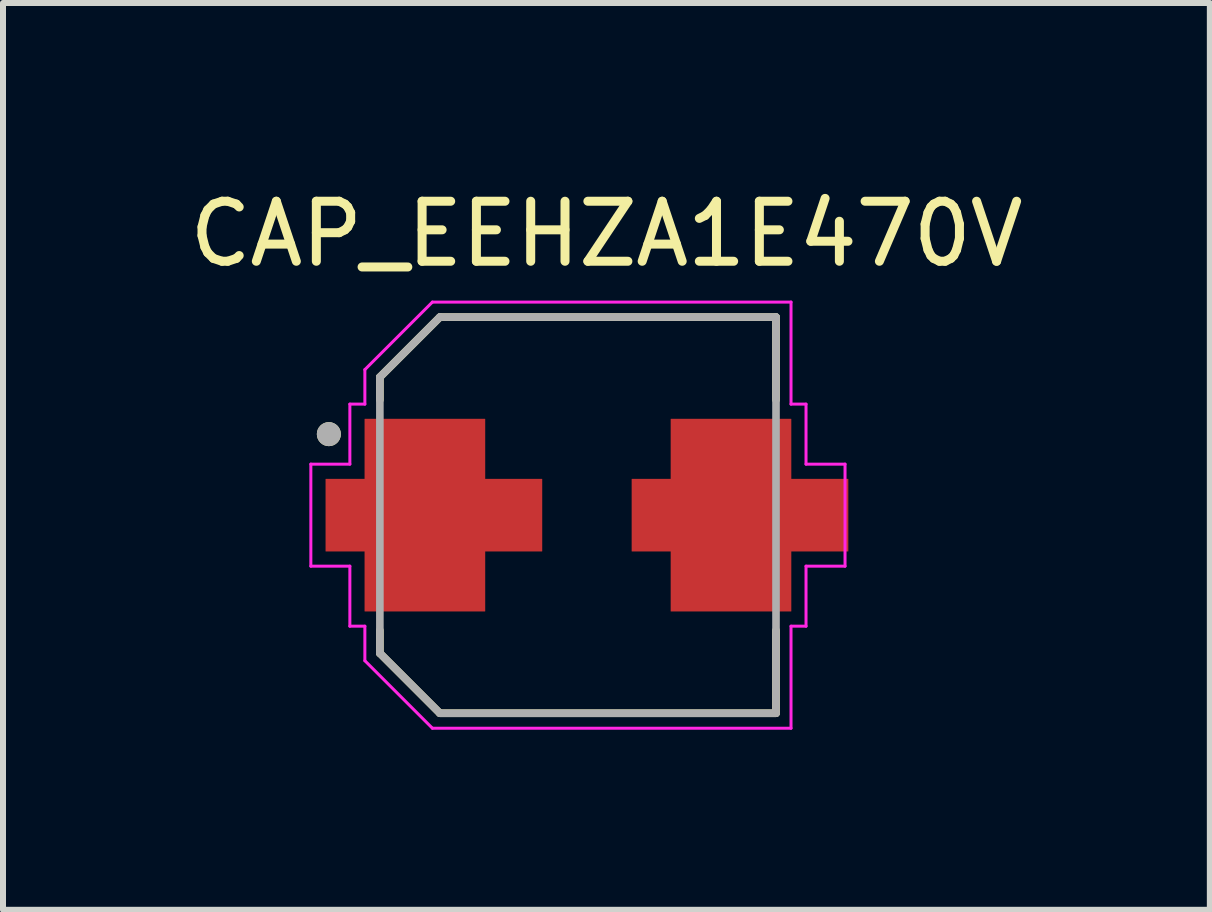
<source format=kicad_pcb>
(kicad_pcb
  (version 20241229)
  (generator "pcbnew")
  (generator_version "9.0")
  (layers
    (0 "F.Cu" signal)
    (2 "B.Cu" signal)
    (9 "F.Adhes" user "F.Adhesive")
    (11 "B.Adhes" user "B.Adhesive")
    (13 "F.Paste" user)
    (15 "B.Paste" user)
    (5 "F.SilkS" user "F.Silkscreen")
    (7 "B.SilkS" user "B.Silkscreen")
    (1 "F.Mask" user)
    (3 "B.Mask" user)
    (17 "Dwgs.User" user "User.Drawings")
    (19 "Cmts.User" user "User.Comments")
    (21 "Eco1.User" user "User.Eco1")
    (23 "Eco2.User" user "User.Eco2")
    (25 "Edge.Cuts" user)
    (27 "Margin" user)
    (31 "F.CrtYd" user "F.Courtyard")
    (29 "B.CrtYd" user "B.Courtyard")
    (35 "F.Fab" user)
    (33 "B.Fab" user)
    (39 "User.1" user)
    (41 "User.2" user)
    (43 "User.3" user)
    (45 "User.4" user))
  (footprint "CAP_EEHZA1E470V"
    (layer "F.Cu")
    (at 6.579 5.533)
    (property "Reference" "CAP_EEHZA1E470V" (at 0.475 -4.685 0) (layer "F.SilkS") (effects (font (size 1 1) (thickness 0.15))))
    (attr smd)
    (fp_poly (pts (xy -3.65 1.7) (xy -3.65 0.7) (xy -4.3 0.7) (xy -4.3 -0.7) (xy -3.65 -0.7) (xy -3.65 -1.7) (xy -1.45 -1.7) (xy -1.45 -0.7) (xy -0.5 -0.7) (xy -0.5 0.7) (xy -1.45 0.7) (xy -1.45 1.7)) (stroke (width 0.01) (type solid)) (fill yes) (layer "F.Mask"))
    (fp_poly (pts (xy 3.65 1.7) (xy 3.65 0.7) (xy 4.3 0.7) (xy 4.3 -0.7) (xy 3.65 -0.7) (xy 3.65 -1.7) (xy 1.45 -1.7) (xy 1.45 -0.7) (xy 0.5 -0.7) (xy 0.5 0.7) (xy 1.45 0.7) (xy 1.45 1.7)) (stroke (width 0.01) (type solid)) (fill yes) (layer "F.Mask"))
    (fp_line (start -3.3 -2.3) (end -3.3 -1.92) (stroke (width 0.127) (type solid)) (layer "F.SilkS"))
    (fp_line (start -3.3 1.92) (end -3.3 2.3) (stroke (width 0.127) (type solid)) (layer "F.SilkS"))
    (fp_line (start -3.3 2.3) (end -2.3 3.3) (stroke (width 0.127) (type solid)) (layer "F.SilkS"))
    (fp_line (start -2.3 -3.3) (end -3.3 -2.3) (stroke (width 0.127) (type solid)) (layer "F.SilkS"))
    (fp_line (start -2.3 3.3) (end 3.3 3.3) (stroke (width 0.127) (type solid)) (layer "F.SilkS"))
    (fp_line (start 3.3 -3.3) (end -2.3 -3.3) (stroke (width 0.127) (type solid)) (layer "F.SilkS"))
    (fp_line (start 3.3 -1.92) (end 3.3 -3.3) (stroke (width 0.127) (type solid)) (layer "F.SilkS"))
    (fp_line (start 3.3 3.3) (end 3.3 1.92) (stroke (width 0.127) (type solid)) (layer "F.SilkS"))
    (fp_circle (center -4.15 -1.35) (end -4.05 -1.35) (stroke (width 0.2) (type solid)) (fill no) (layer "F.SilkS"))
    (fp_poly (pts (xy -3.55 1.6) (xy -3.55 0.6) (xy -4.2 0.6) (xy -4.2 -0.6) (xy -3.55 -0.6) (xy -3.55 -1.6) (xy -1.55 -1.6) (xy -1.55 -0.6) (xy -0.6 -0.6) (xy -0.6 0.6) (xy -1.55 0.6) (xy -1.55 1.6)) (stroke (width 0.01) (type solid)) (fill yes) (layer "F.Paste"))
    (fp_poly (pts (xy 3.55 1.6) (xy 3.55 0.6) (xy 4.2 0.6) (xy 4.2 -0.6) (xy 3.55 -0.6) (xy 3.55 -1.6) (xy 1.55 -1.6) (xy 1.55 -0.6) (xy 0.6 -0.6) (xy 0.6 0.6) (xy 1.55 0.6) (xy 1.55 1.6)) (stroke (width 0.01) (type solid)) (fill yes) (layer "F.Paste"))
    (fp_line (start -4.45 -0.85) (end -3.8 -0.85) (stroke (width 0.05) (type solid)) (layer "F.CrtYd"))
    (fp_line (start -4.45 0.85) (end -4.45 -0.85) (stroke (width 0.05) (type solid)) (layer "F.CrtYd"))
    (fp_line (start -3.8 -1.85) (end -3.55 -1.85) (stroke (width 0.05) (type solid)) (layer "F.CrtYd"))
    (fp_line (start -3.8 -0.85) (end -3.8 -1.85) (stroke (width 0.05) (type solid)) (layer "F.CrtYd"))
    (fp_line (start -3.8 0.85) (end -4.45 0.85) (stroke (width 0.05) (type solid)) (layer "F.CrtYd"))
    (fp_line (start -3.8 1.85) (end -3.8 0.85) (stroke (width 0.05) (type solid)) (layer "F.CrtYd"))
    (fp_line (start -3.55 -2.425) (end -2.425 -3.55) (stroke (width 0.05) (type solid)) (layer "F.CrtYd"))
    (fp_line (start -3.55 -1.85) (end -3.55 -2.425) (stroke (width 0.05) (type solid)) (layer "F.CrtYd"))
    (fp_line (start -3.55 1.85) (end -3.8 1.85) (stroke (width 0.05) (type solid)) (layer "F.CrtYd"))
    (fp_line (start -3.55 2.425) (end -3.55 1.85) (stroke (width 0.05) (type solid)) (layer "F.CrtYd"))
    (fp_line (start -2.425 -3.55) (end 3.55 -3.55) (stroke (width 0.05) (type solid)) (layer "F.CrtYd"))
    (fp_line (start -2.425 3.55) (end -3.55 2.425) (stroke (width 0.05) (type solid)) (layer "F.CrtYd"))
    (fp_line (start 3.55 -3.55) (end 3.55 -1.85) (stroke (width 0.05) (type solid)) (layer "F.CrtYd"))
    (fp_line (start 3.55 -1.85) (end 3.8 -1.85) (stroke (width 0.05) (type solid)) (layer "F.CrtYd"))
    (fp_line (start 3.55 1.85) (end 3.55 3.55) (stroke (width 0.05) (type solid)) (layer "F.CrtYd"))
    (fp_line (start 3.55 3.55) (end -2.425 3.55) (stroke (width 0.05) (type solid)) (layer "F.CrtYd"))
    (fp_line (start 3.8 -1.85) (end 3.8 -0.85) (stroke (width 0.05) (type solid)) (layer "F.CrtYd"))
    (fp_line (start 3.8 -0.85) (end 4.45 -0.85) (stroke (width 0.05) (type solid)) (layer "F.CrtYd"))
    (fp_line (start 3.8 0.85) (end 3.8 1.85) (stroke (width 0.05) (type solid)) (layer "F.CrtYd"))
    (fp_line (start 3.8 1.85) (end 3.55 1.85) (stroke (width 0.05) (type solid)) (layer "F.CrtYd"))
    (fp_line (start 4.45 -0.85) (end 4.45 0.85) (stroke (width 0.05) (type solid)) (layer "F.CrtYd"))
    (fp_line (start 4.45 0.85) (end 3.8 0.85) (stroke (width 0.05) (type solid)) (layer "F.CrtYd"))
    (fp_line (start -3.3 -2.3) (end -3.3 2.3) (stroke (width 0.127) (type solid)) (layer "F.Fab"))
    (fp_line (start -3.3 2.3) (end -2.3 3.3) (stroke (width 0.127) (type solid)) (layer "F.Fab"))
    (fp_line (start -2.3 -3.3) (end -3.3 -2.3) (stroke (width 0.127) (type solid)) (layer "F.Fab"))
    (fp_line (start -2.3 3.3) (end 3.3 3.3) (stroke (width 0.127) (type solid)) (layer "F.Fab"))
    (fp_line (start 3.3 -3.3) (end -2.3 -3.3) (stroke (width 0.127) (type solid)) (layer "F.Fab"))
    (fp_line (start 3.3 3.3) (end 3.3 -3.3) (stroke (width 0.127) (type solid)) (layer "F.Fab"))
    (fp_circle (center -4.15 -1.35) (end -4.05 -1.35) (stroke (width 0.2) (type solid)) (fill no) (layer "F.Fab"))
    (pad "1" smd custom (at -2.55 0) (size 1.8 1.8) (layers "F.Cu") (options (anchor rect)) (primitives (gr_poly (pts (xy -1 1.6) (xy -1 0.6) (xy -1.65 0.6) (xy -1.65 -0.6) (xy -1 -0.6) (xy -1 -1.6) (xy 1 -1.6) (xy 1 -0.6) (xy 1.95 -0.6) (xy 1.95 0.6) (xy 1 0.6) (xy 1 1.6)) (width 0.01) (fill yes))))
    (pad "2" smd custom (at 2.55 0 180) (size 1.8 1.8) (layers "F.Cu") (options (anchor rect)) (primitives (gr_poly (pts (xy 1 1.6) (xy 1 0.6) (xy 1.65 0.6) (xy 1.65 -0.6) (xy 1 -0.6) (xy 1 -1.6) (xy -1 -1.6) (xy -1 -0.6) (xy -1.95 -0.6) (xy -1.95 0.6) (xy -1 0.6) (xy -1 1.6)) (width 0.01) (fill yes)))))
  (gr_rect
    (start -3 -3)
    (end 17.107 12.108)
    (stroke (width 0.1) (type default))
    (fill no)
    (layer "Edge.Cuts")))
</source>
